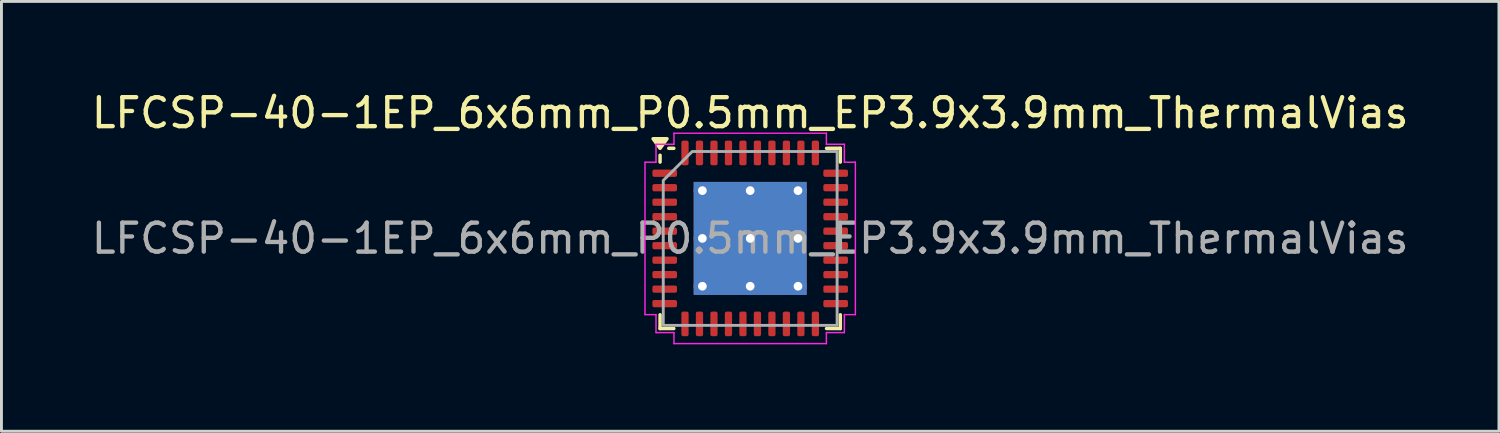
<source format=kicad_pcb>
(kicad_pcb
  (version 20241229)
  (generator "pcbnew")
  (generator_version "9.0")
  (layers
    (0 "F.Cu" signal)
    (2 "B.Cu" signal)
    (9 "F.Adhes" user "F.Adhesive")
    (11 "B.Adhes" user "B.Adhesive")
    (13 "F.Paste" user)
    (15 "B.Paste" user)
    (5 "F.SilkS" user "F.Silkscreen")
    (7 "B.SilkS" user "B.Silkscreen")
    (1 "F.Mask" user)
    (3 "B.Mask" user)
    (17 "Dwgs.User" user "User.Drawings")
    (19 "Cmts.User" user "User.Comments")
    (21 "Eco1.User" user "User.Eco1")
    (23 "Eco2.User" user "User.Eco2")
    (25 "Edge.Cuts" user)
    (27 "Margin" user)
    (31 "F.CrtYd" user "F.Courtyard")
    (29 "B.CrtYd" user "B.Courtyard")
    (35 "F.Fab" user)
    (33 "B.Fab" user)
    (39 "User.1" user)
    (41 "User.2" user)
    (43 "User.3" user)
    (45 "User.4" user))
  (footprint "LFCSP-40-1EP_6x6mm_P0.5mm_EP3.9x3.9mm_ThermalVias"
    (layer "F.Cu")
    (at 22.839 5.178)
    (property "Reference" "LFCSP-40-1EP_6x6mm_P0.5mm_EP3.9x3.9mm_ThermalVias" (at 0 -4.33 0) (layer "F.SilkS") (effects (font (size 1 1) (thickness 0.15))))
    (attr smd)
    (fp_line (start -3.11 -2.635) (end -3.11 -2.87) (stroke (width 0.12) (type solid)) (layer "F.SilkS"))
    (fp_line (start -3.11 3.11) (end -3.11 2.635) (stroke (width 0.12) (type solid)) (layer "F.SilkS"))
    (fp_line (start -2.635 -3.11) (end -2.81 -3.11) (stroke (width 0.12) (type solid)) (layer "F.SilkS"))
    (fp_line (start -2.635 3.11) (end -3.11 3.11) (stroke (width 0.12) (type solid)) (layer "F.SilkS"))
    (fp_line (start 2.635 -3.11) (end 3.11 -3.11) (stroke (width 0.12) (type solid)) (layer "F.SilkS"))
    (fp_line (start 2.635 3.11) (end 3.11 3.11) (stroke (width 0.12) (type solid)) (layer "F.SilkS"))
    (fp_line (start 3.11 -3.11) (end 3.11 -2.635) (stroke (width 0.12) (type solid)) (layer "F.SilkS"))
    (fp_line (start 3.11 3.11) (end 3.11 2.635) (stroke (width 0.12) (type solid)) (layer "F.SilkS"))
    (fp_poly (pts (xy -3.11 -3.11) (xy -3.35 -3.44) (xy -2.87 -3.44)) (stroke (width 0.12) (type solid)) (fill yes) (layer "F.SilkS"))
    (fp_line (start -3.63 -2.63) (end -3.25 -2.63) (stroke (width 0.05) (type solid)) (layer "F.CrtYd"))
    (fp_line (start -3.63 2.63) (end -3.63 -2.63) (stroke (width 0.05) (type solid)) (layer "F.CrtYd"))
    (fp_line (start -3.25 -3.25) (end -2.63 -3.25) (stroke (width 0.05) (type solid)) (layer "F.CrtYd"))
    (fp_line (start -3.25 -2.63) (end -3.25 -3.25) (stroke (width 0.05) (type solid)) (layer "F.CrtYd"))
    (fp_line (start -3.25 2.63) (end -3.63 2.63) (stroke (width 0.05) (type solid)) (layer "F.CrtYd"))
    (fp_line (start -3.25 3.25) (end -3.25 2.63) (stroke (width 0.05) (type solid)) (layer "F.CrtYd"))
    (fp_line (start -2.63 -3.63) (end 2.63 -3.63) (stroke (width 0.05) (type solid)) (layer "F.CrtYd"))
    (fp_line (start -2.63 -3.25) (end -2.63 -3.63) (stroke (width 0.05) (type solid)) (layer "F.CrtYd"))
    (fp_line (start -2.63 3.25) (end -3.25 3.25) (stroke (width 0.05) (type solid)) (layer "F.CrtYd"))
    (fp_line (start -2.63 3.63) (end -2.63 3.25) (stroke (width 0.05) (type solid)) (layer "F.CrtYd"))
    (fp_line (start 2.63 -3.63) (end 2.63 -3.25) (stroke (width 0.05) (type solid)) (layer "F.CrtYd"))
    (fp_line (start 2.63 -3.25) (end 3.25 -3.25) (stroke (width 0.05) (type solid)) (layer "F.CrtYd"))
    (fp_line (start 2.63 3.25) (end 2.63 3.63) (stroke (width 0.05) (type solid)) (layer "F.CrtYd"))
    (fp_line (start 2.63 3.63) (end -2.63 3.63) (stroke (width 0.05) (type solid)) (layer "F.CrtYd"))
    (fp_line (start 3.25 -3.25) (end 3.25 -2.63) (stroke (width 0.05) (type solid)) (layer "F.CrtYd"))
    (fp_line (start 3.25 -2.63) (end 3.63 -2.63) (stroke (width 0.05) (type solid)) (layer "F.CrtYd"))
    (fp_line (start 3.25 2.63) (end 3.25 3.25) (stroke (width 0.05) (type solid)) (layer "F.CrtYd"))
    (fp_line (start 3.25 3.25) (end 2.63 3.25) (stroke (width 0.05) (type solid)) (layer "F.CrtYd"))
    (fp_line (start 3.63 -2.63) (end 3.63 2.63) (stroke (width 0.05) (type solid)) (layer "F.CrtYd"))
    (fp_line (start 3.63 2.63) (end 3.25 2.63) (stroke (width 0.05) (type solid)) (layer "F.CrtYd"))
    (fp_poly (pts (xy -3 -2) (xy -3 3) (xy 3 3) (xy 3 -3) (xy -2 -3)) (stroke (width 0.1) (type solid)) (fill no) (layer "F.Fab"))
    (fp_text user "${REFERENCE}" (at 0 0 0) (layer "F.Fab") (effects (font (size 1 1) (thickness 0.15))))
    (pad "" smd roundrect (at -0.975 -0.975) (size 1.63 1.63) (layers "F.Paste") (roundrect_rratio 0.153))
    (pad "" smd roundrect (at -0.975 0.975) (size 1.63 1.63) (layers "F.Paste") (roundrect_rratio 0.153))
    (pad "" smd roundrect (at 0.975 -0.975) (size 1.63 1.63) (layers "F.Paste") (roundrect_rratio 0.153))
    (pad "" smd roundrect (at 0.975 0.975) (size 1.63 1.63) (layers "F.Paste") (roundrect_rratio 0.153))
    (pad "1" smd roundrect (at -2.95 -2.25) (size 0.85 0.25) (layers "F.Cu" "F.Mask" "F.Paste") (roundrect_rratio 0.25))
    (pad "2" smd roundrect (at -2.95 -1.75) (size 0.85 0.25) (layers "F.Cu" "F.Mask" "F.Paste") (roundrect_rratio 0.25))
    (pad "3" smd roundrect (at -2.95 -1.25) (size 0.85 0.25) (layers "F.Cu" "F.Mask" "F.Paste") (roundrect_rratio 0.25))
    (pad "4" smd roundrect (at -2.95 -0.75) (size 0.85 0.25) (layers "F.Cu" "F.Mask" "F.Paste") (roundrect_rratio 0.25))
    (pad "5" smd roundrect (at -2.95 -0.25) (size 0.85 0.25) (layers "F.Cu" "F.Mask" "F.Paste") (roundrect_rratio 0.25))
    (pad "6" smd roundrect (at -2.95 0.25) (size 0.85 0.25) (layers "F.Cu" "F.Mask" "F.Paste") (roundrect_rratio 0.25))
    (pad "7" smd roundrect (at -2.95 0.75) (size 0.85 0.25) (layers "F.Cu" "F.Mask" "F.Paste") (roundrect_rratio 0.25))
    (pad "8" smd roundrect (at -2.95 1.25) (size 0.85 0.25) (layers "F.Cu" "F.Mask" "F.Paste") (roundrect_rratio 0.25))
    (pad "9" smd roundrect (at -2.95 1.75) (size 0.85 0.25) (layers "F.Cu" "F.Mask" "F.Paste") (roundrect_rratio 0.25))
    (pad "10" smd roundrect (at -2.95 2.25) (size 0.85 0.25) (layers "F.Cu" "F.Mask" "F.Paste") (roundrect_rratio 0.25))
    (pad "11" smd roundrect (at -2.25 2.95) (size 0.25 0.85) (layers "F.Cu" "F.Mask" "F.Paste") (roundrect_rratio 0.25))
    (pad "12" smd roundrect (at -1.75 2.95) (size 0.25 0.85) (layers "F.Cu" "F.Mask" "F.Paste") (roundrect_rratio 0.25))
    (pad "13" smd roundrect (at -1.25 2.95) (size 0.25 0.85) (layers "F.Cu" "F.Mask" "F.Paste") (roundrect_rratio 0.25))
    (pad "14" smd roundrect (at -0.75 2.95) (size 0.25 0.85) (layers "F.Cu" "F.Mask" "F.Paste") (roundrect_rratio 0.25))
    (pad "15" smd roundrect (at -0.25 2.95) (size 0.25 0.85) (layers "F.Cu" "F.Mask" "F.Paste") (roundrect_rratio 0.25))
    (pad "16" smd roundrect (at 0.25 2.95) (size 0.25 0.85) (layers "F.Cu" "F.Mask" "F.Paste") (roundrect_rratio 0.25))
    (pad "17" smd roundrect (at 0.75 2.95) (size 0.25 0.85) (layers "F.Cu" "F.Mask" "F.Paste") (roundrect_rratio 0.25))
    (pad "18" smd roundrect (at 1.25 2.95) (size 0.25 0.85) (layers "F.Cu" "F.Mask" "F.Paste") (roundrect_rratio 0.25))
    (pad "19" smd roundrect (at 1.75 2.95) (size 0.25 0.85) (layers "F.Cu" "F.Mask" "F.Paste") (roundrect_rratio 0.25))
    (pad "20" smd roundrect (at 2.25 2.95) (size 0.25 0.85) (layers "F.Cu" "F.Mask" "F.Paste") (roundrect_rratio 0.25))
    (pad "21" smd roundrect (at 2.95 2.25) (size 0.85 0.25) (layers "F.Cu" "F.Mask" "F.Paste") (roundrect_rratio 0.25))
    (pad "22" smd roundrect (at 2.95 1.75) (size 0.85 0.25) (layers "F.Cu" "F.Mask" "F.Paste") (roundrect_rratio 0.25))
    (pad "23" smd roundrect (at 2.95 1.25) (size 0.85 0.25) (layers "F.Cu" "F.Mask" "F.Paste") (roundrect_rratio 0.25))
    (pad "24" smd roundrect (at 2.95 0.75) (size 0.85 0.25) (layers "F.Cu" "F.Mask" "F.Paste") (roundrect_rratio 0.25))
    (pad "25" smd roundrect (at 2.95 0.25) (size 0.85 0.25) (layers "F.Cu" "F.Mask" "F.Paste") (roundrect_rratio 0.25))
    (pad "26" smd roundrect (at 2.95 -0.25) (size 0.85 0.25) (layers "F.Cu" "F.Mask" "F.Paste") (roundrect_rratio 0.25))
    (pad "27" smd roundrect (at 2.95 -0.75) (size 0.85 0.25) (layers "F.Cu" "F.Mask" "F.Paste") (roundrect_rratio 0.25))
    (pad "28" smd roundrect (at 2.95 -1.25) (size 0.85 0.25) (layers "F.Cu" "F.Mask" "F.Paste") (roundrect_rratio 0.25))
    (pad "29" smd roundrect (at 2.95 -1.75) (size 0.85 0.25) (layers "F.Cu" "F.Mask" "F.Paste") (roundrect_rratio 0.25))
    (pad "30" smd roundrect (at 2.95 -2.25) (size 0.85 0.25) (layers "F.Cu" "F.Mask" "F.Paste") (roundrect_rratio 0.25))
    (pad "31" smd roundrect (at 2.25 -2.95) (size 0.25 0.85) (layers "F.Cu" "F.Mask" "F.Paste") (roundrect_rratio 0.25))
    (pad "32" smd roundrect (at 1.75 -2.95) (size 0.25 0.85) (layers "F.Cu" "F.Mask" "F.Paste") (roundrect_rratio 0.25))
    (pad "33" smd roundrect (at 1.25 -2.95) (size 0.25 0.85) (layers "F.Cu" "F.Mask" "F.Paste") (roundrect_rratio 0.25))
    (pad "34" smd roundrect (at 0.75 -2.95) (size 0.25 0.85) (layers "F.Cu" "F.Mask" "F.Paste") (roundrect_rratio 0.25))
    (pad "35" smd roundrect (at 0.25 -2.95) (size 0.25 0.85) (layers "F.Cu" "F.Mask" "F.Paste") (roundrect_rratio 0.25))
    (pad "36" smd roundrect (at -0.25 -2.95) (size 0.25 0.85) (layers "F.Cu" "F.Mask" "F.Paste") (roundrect_rratio 0.25))
    (pad "37" smd roundrect (at -0.75 -2.95) (size 0.25 0.85) (layers "F.Cu" "F.Mask" "F.Paste") (roundrect_rratio 0.25))
    (pad "38" smd roundrect (at -1.25 -2.95) (size 0.25 0.85) (layers "F.Cu" "F.Mask" "F.Paste") (roundrect_rratio 0.25))
    (pad "39" smd roundrect (at -1.75 -2.95) (size 0.25 0.85) (layers "F.Cu" "F.Mask" "F.Paste") (roundrect_rratio 0.25))
    (pad "40" smd roundrect (at -2.25 -2.95) (size 0.25 0.85) (layers "F.Cu" "F.Mask" "F.Paste") (roundrect_rratio 0.25))
    (pad "41" thru_hole circle (at -1.65 -1.65) (size 0.6 0.6) (drill 0.3) (property pad_prop_heatsink) (layers "*.Cu"))
    (pad "41" thru_hole circle (at -1.65 0) (size 0.6 0.6) (drill 0.3) (property pad_prop_heatsink) (layers "*.Cu"))
    (pad "41" thru_hole circle (at -1.65 1.65) (size 0.6 0.6) (drill 0.3) (property pad_prop_heatsink) (layers "*.Cu"))
    (pad "41" thru_hole circle (at 0 -1.65) (size 0.6 0.6) (drill 0.3) (property pad_prop_heatsink) (layers "*.Cu"))
    (pad "41" thru_hole circle (at 0 0) (size 0.6 0.6) (drill 0.3) (property pad_prop_heatsink) (layers "*.Cu"))
    (pad "41" smd rect (at 0 0) (size 3.9 3.9) (property pad_prop_heatsink) (layers "F.Cu" "F.Mask"))
    (pad "41" smd rect (at 0 0) (size 3.9 3.9) (property pad_prop_heatsink) (layers "B.Cu"))
    (pad "41" thru_hole circle (at 0 1.65) (size 0.6 0.6) (drill 0.3) (property pad_prop_heatsink) (layers "*.Cu"))
    (pad "41" thru_hole circle (at 1.65 -1.65) (size 0.6 0.6) (drill 0.3) (property pad_prop_heatsink) (layers "*.Cu"))
    (pad "41" thru_hole circle (at 1.65 0) (size 0.6 0.6) (drill 0.3) (property pad_prop_heatsink) (layers "*.Cu"))
    (pad "41" thru_hole circle (at 1.65 1.65) (size 0.6 0.6) (drill 0.3) (property pad_prop_heatsink) (layers "*.Cu")))
  (gr_rect
    (start -3 -3)
    (end 48.679 11.833)
    (stroke (width 0.1) (type default))
    (fill no)
    (layer "Edge.Cuts")))
</source>
